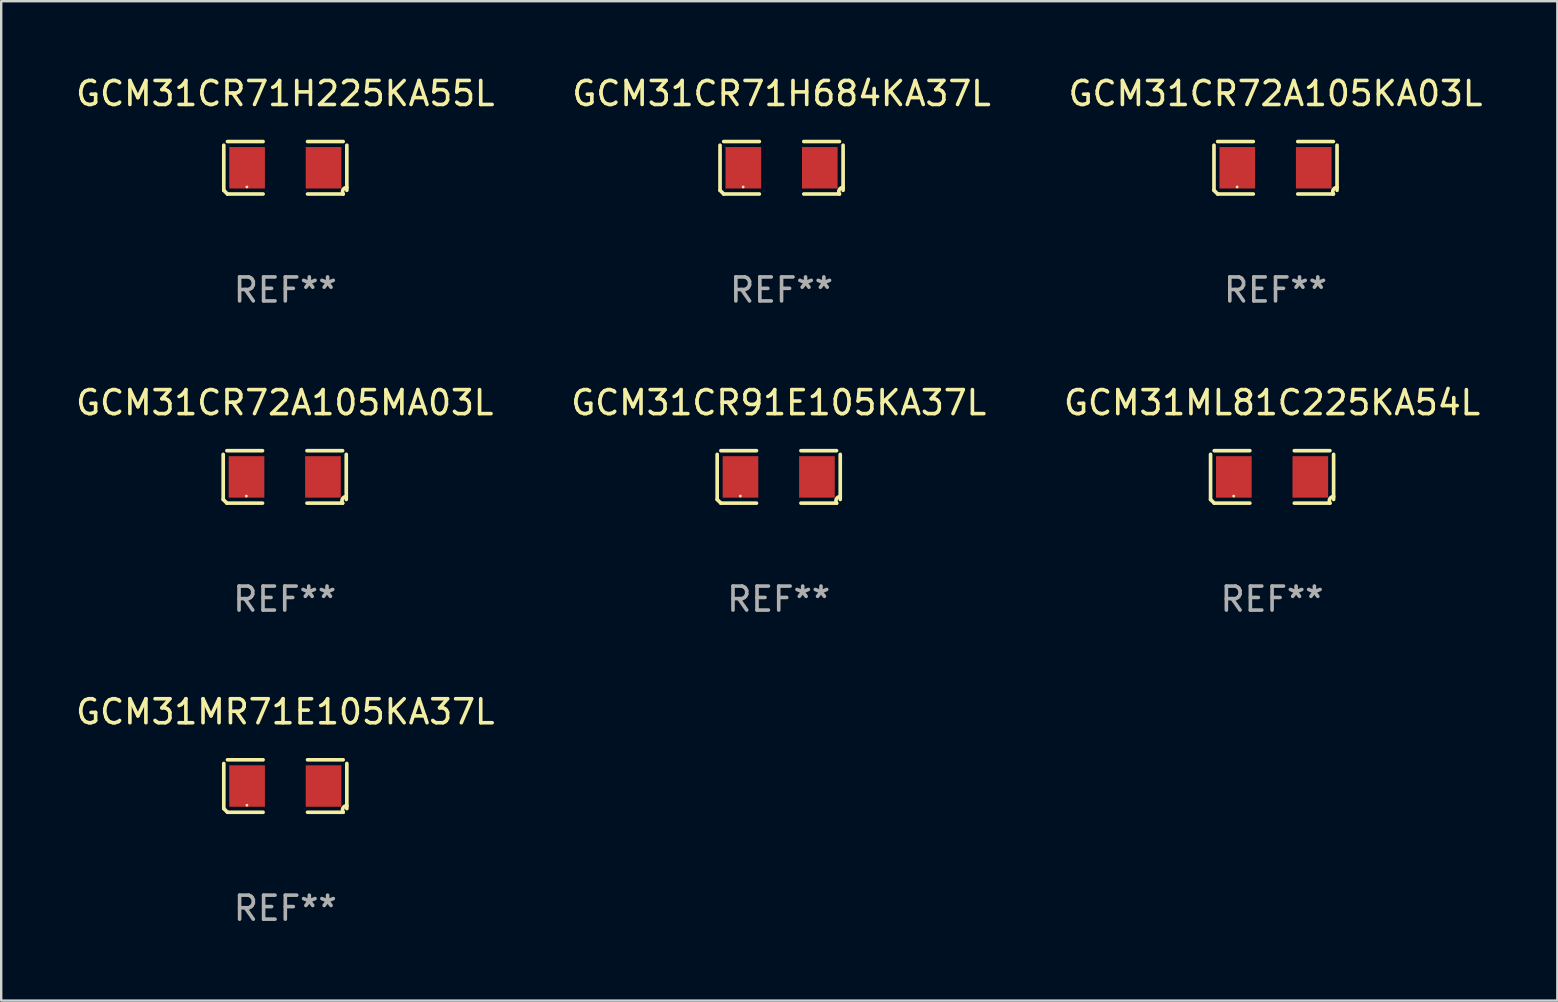
<source format=kicad_pcb>
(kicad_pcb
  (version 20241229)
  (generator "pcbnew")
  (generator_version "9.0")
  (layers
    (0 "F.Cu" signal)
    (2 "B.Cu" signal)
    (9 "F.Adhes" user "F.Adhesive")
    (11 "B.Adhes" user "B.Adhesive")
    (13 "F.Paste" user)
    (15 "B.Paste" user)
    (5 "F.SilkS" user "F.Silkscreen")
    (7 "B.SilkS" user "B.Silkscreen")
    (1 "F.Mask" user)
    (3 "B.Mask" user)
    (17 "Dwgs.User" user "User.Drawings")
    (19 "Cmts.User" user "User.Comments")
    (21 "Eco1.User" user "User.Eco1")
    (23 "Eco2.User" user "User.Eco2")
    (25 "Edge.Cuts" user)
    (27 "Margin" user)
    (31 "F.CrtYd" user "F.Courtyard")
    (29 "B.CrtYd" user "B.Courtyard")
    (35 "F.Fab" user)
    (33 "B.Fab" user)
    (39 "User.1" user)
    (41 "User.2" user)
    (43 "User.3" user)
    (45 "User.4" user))
  (footprint "GCM31CR71H684KA37L"
    (layer "F.Cu")
    (at 29.518 3.941)
    (property "Reference" "GCM31CR71H684KA37L" (at 0 -3.093 0) (layer "F.SilkS") (effects (font (size 1 1) (thickness 0.15))))
    (attr through_hole)
    (fp_line (start -2.564 0.94) (end -2.564 -0.94) (stroke (width 0.152) (type solid)) (layer "F.SilkS"))
    (fp_line (start -2.411 -1.093) (end -0.926 -1.093) (stroke (width 0.152) (type solid)) (layer "F.SilkS"))
    (fp_line (start -0.926 1.093) (end -2.411 1.093) (stroke (width 0.152) (type solid)) (layer "F.SilkS"))
    (fp_line (start 0.926 1.093) (end 2.411 1.093) (stroke (width 0.152) (type solid)) (layer "F.SilkS"))
    (fp_line (start 2.411 -1.093) (end 0.926 -1.093) (stroke (width 0.152) (type solid)) (layer "F.SilkS"))
    (fp_line (start 2.564 0.94) (end 2.564 -0.94) (stroke (width 0.152) (type solid)) (layer "F.SilkS"))
    (fp_arc (start -2.411201 1.092609) (mid -2.487413 1.01642) (end -2.563602 0.940208) (stroke (width 0.1524) (type solid)) (layer "F.SilkS"))
    (fp_arc (start 2.411201 1.092609) (mid 2.407159 0.911226) (end 2.563602 0.819347) (stroke (width 0.1524) (type solid)) (layer "F.SilkS"))
    (fp_circle (center -1.6 0.8) (end -1.57 0.8) (stroke (width 0.06) (type solid)) (fill no) (layer "F.SilkS"))
    (fp_text user "REF**" (at 0 5.093 0) (layer "F.Fab") (effects (font (size 1 1) (thickness 0.15))))
    (pad "1" smd rect (at -1.593 0) (size 1.485 1.728) (layers "F.Cu" "F.Mask" "F.Paste"))
    (pad "2" smd rect (at 1.593 0) (size 1.485 1.728) (layers "F.Cu" "F.Mask" "F.Paste")))
  (footprint "GCM31CR91E105KA37L"
    (layer "F.Cu")
    (at 29.399 16.823)
    (property "Reference" "GCM31CR91E105KA37L" (at 0 -3.093 0) (layer "F.SilkS") (effects (font (size 1 1) (thickness 0.15))))
    (attr through_hole)
    (fp_line (start -2.564 0.94) (end -2.564 -0.94) (stroke (width 0.152) (type solid)) (layer "F.SilkS"))
    (fp_line (start -2.411 -1.093) (end -0.926 -1.093) (stroke (width 0.152) (type solid)) (layer "F.SilkS"))
    (fp_line (start -0.926 1.093) (end -2.411 1.093) (stroke (width 0.152) (type solid)) (layer "F.SilkS"))
    (fp_line (start 0.926 1.093) (end 2.411 1.093) (stroke (width 0.152) (type solid)) (layer "F.SilkS"))
    (fp_line (start 2.411 -1.093) (end 0.926 -1.093) (stroke (width 0.152) (type solid)) (layer "F.SilkS"))
    (fp_line (start 2.564 0.94) (end 2.564 -0.94) (stroke (width 0.152) (type solid)) (layer "F.SilkS"))
    (fp_arc (start -2.411201 1.092609) (mid -2.487413 1.01642) (end -2.563602 0.940208) (stroke (width 0.1524) (type solid)) (layer "F.SilkS"))
    (fp_arc (start 2.411201 1.092609) (mid 2.407159 0.911226) (end 2.563602 0.819347) (stroke (width 0.1524) (type solid)) (layer "F.SilkS"))
    (fp_circle (center -1.6 0.8) (end -1.57 0.8) (stroke (width 0.06) (type solid)) (fill no) (layer "F.SilkS"))
    (fp_text user "REF**" (at 0 5.093 0) (layer "F.Fab") (effects (font (size 1 1) (thickness 0.15))))
    (pad "1" smd rect (at -1.593 0) (size 1.485 1.728) (layers "F.Cu" "F.Mask" "F.Paste"))
    (pad "2" smd rect (at 1.593 0) (size 1.485 1.728) (layers "F.Cu" "F.Mask" "F.Paste")))
  (footprint "GCM31CR72A105MA03L"
    (layer "F.Cu")
    (at 8.815 16.823)
    (property "Reference" "GCM31CR72A105MA03L" (at 0 -3.093 0) (layer "F.SilkS") (effects (font (size 1 1) (thickness 0.15))))
    (attr through_hole)
    (fp_line (start -2.564 0.94) (end -2.564 -0.94) (stroke (width 0.152) (type solid)) (layer "F.SilkS"))
    (fp_line (start -2.411 -1.093) (end -0.926 -1.093) (stroke (width 0.152) (type solid)) (layer "F.SilkS"))
    (fp_line (start -0.926 1.093) (end -2.411 1.093) (stroke (width 0.152) (type solid)) (layer "F.SilkS"))
    (fp_line (start 0.926 1.093) (end 2.411 1.093) (stroke (width 0.152) (type solid)) (layer "F.SilkS"))
    (fp_line (start 2.411 -1.093) (end 0.926 -1.093) (stroke (width 0.152) (type solid)) (layer "F.SilkS"))
    (fp_line (start 2.564 0.94) (end 2.564 -0.94) (stroke (width 0.152) (type solid)) (layer "F.SilkS"))
    (fp_arc (start -2.411201 1.092609) (mid -2.487413 1.01642) (end -2.563602 0.940208) (stroke (width 0.1524) (type solid)) (layer "F.SilkS"))
    (fp_arc (start 2.411201 1.092609) (mid 2.407159 0.911226) (end 2.563602 0.819347) (stroke (width 0.1524) (type solid)) (layer "F.SilkS"))
    (fp_circle (center -1.6 0.8) (end -1.57 0.8) (stroke (width 0.06) (type solid)) (fill no) (layer "F.SilkS"))
    (fp_text user "REF**" (at 0 5.093 0) (layer "F.Fab") (effects (font (size 1 1) (thickness 0.15))))
    (pad "1" smd rect (at -1.593 0) (size 1.485 1.728) (layers "F.Cu" "F.Mask" "F.Paste"))
    (pad "2" smd rect (at 1.593 0) (size 1.485 1.728) (layers "F.Cu" "F.Mask" "F.Paste")))
  (footprint "GCM31MR71E105KA37L"
    (layer "F.Cu")
    (at 8.839 29.704)
    (property "Reference" "GCM31MR71E105KA37L" (at 0 -3.093 0) (layer "F.SilkS") (effects (font (size 1 1) (thickness 0.15))))
    (attr through_hole)
    (fp_line (start -2.564 0.94) (end -2.564 -0.94) (stroke (width 0.152) (type solid)) (layer "F.SilkS"))
    (fp_line (start -2.411 -1.093) (end -0.926 -1.093) (stroke (width 0.152) (type solid)) (layer "F.SilkS"))
    (fp_line (start -0.926 1.093) (end -2.411 1.093) (stroke (width 0.152) (type solid)) (layer "F.SilkS"))
    (fp_line (start 0.926 1.093) (end 2.411 1.093) (stroke (width 0.152) (type solid)) (layer "F.SilkS"))
    (fp_line (start 2.411 -1.093) (end 0.926 -1.093) (stroke (width 0.152) (type solid)) (layer "F.SilkS"))
    (fp_line (start 2.564 0.94) (end 2.564 -0.94) (stroke (width 0.152) (type solid)) (layer "F.SilkS"))
    (fp_arc (start -2.411201 1.092609) (mid -2.487413 1.01642) (end -2.563602 0.940208) (stroke (width 0.1524) (type solid)) (layer "F.SilkS"))
    (fp_arc (start 2.411201 1.092609) (mid 2.407159 0.911226) (end 2.563602 0.819347) (stroke (width 0.1524) (type solid)) (layer "F.SilkS"))
    (fp_circle (center -1.6 0.8) (end -1.57 0.8) (stroke (width 0.06) (type solid)) (fill no) (layer "F.SilkS"))
    (fp_text user "REF**" (at 0 5.093 0) (layer "F.Fab") (effects (font (size 1 1) (thickness 0.15))))
    (pad "1" smd rect (at -1.593 0) (size 1.485 1.728) (layers "F.Cu" "F.Mask" "F.Paste"))
    (pad "2" smd rect (at 1.593 0) (size 1.485 1.728) (layers "F.Cu" "F.Mask" "F.Paste")))
  (footprint "GCM31ML81C225KA54L"
    (layer "F.Cu")
    (at 49.958 16.823)
    (property "Reference" "GCM31ML81C225KA54L" (at 0 -3.093 0) (layer "F.SilkS") (effects (font (size 1 1) (thickness 0.15))))
    (attr through_hole)
    (fp_line (start -2.564 0.94) (end -2.564 -0.94) (stroke (width 0.152) (type solid)) (layer "F.SilkS"))
    (fp_line (start -2.411 -1.093) (end -0.926 -1.093) (stroke (width 0.152) (type solid)) (layer "F.SilkS"))
    (fp_line (start -0.926 1.093) (end -2.411 1.093) (stroke (width 0.152) (type solid)) (layer "F.SilkS"))
    (fp_line (start 0.926 1.093) (end 2.411 1.093) (stroke (width 0.152) (type solid)) (layer "F.SilkS"))
    (fp_line (start 2.411 -1.093) (end 0.926 -1.093) (stroke (width 0.152) (type solid)) (layer "F.SilkS"))
    (fp_line (start 2.564 0.94) (end 2.564 -0.94) (stroke (width 0.152) (type solid)) (layer "F.SilkS"))
    (fp_arc (start -2.411201 1.092609) (mid -2.487413 1.01642) (end -2.563602 0.940208) (stroke (width 0.1524) (type solid)) (layer "F.SilkS"))
    (fp_arc (start 2.411201 1.092609) (mid 2.407159 0.911226) (end 2.563602 0.819347) (stroke (width 0.1524) (type solid)) (layer "F.SilkS"))
    (fp_circle (center -1.6 0.8) (end -1.57 0.8) (stroke (width 0.06) (type solid)) (fill no) (layer "F.SilkS"))
    (fp_text user "REF**" (at 0 5.093 0) (layer "F.Fab") (effects (font (size 1 1) (thickness 0.15))))
    (pad "1" smd rect (at -1.593 0) (size 1.485 1.728) (layers "F.Cu" "F.Mask" "F.Paste"))
    (pad "2" smd rect (at 1.593 0) (size 1.485 1.728) (layers "F.Cu" "F.Mask" "F.Paste")))
  (footprint "GCM31CR71H225KA55L"
    (layer "F.Cu")
    (at 8.839 3.941)
    (property "Reference" "GCM31CR71H225KA55L" (at 0 -3.093 0) (layer "F.SilkS") (effects (font (size 1 1) (thickness 0.15))))
    (attr through_hole)
    (fp_line (start -2.564 0.94) (end -2.564 -0.94) (stroke (width 0.152) (type solid)) (layer "F.SilkS"))
    (fp_line (start -2.411 -1.093) (end -0.926 -1.093) (stroke (width 0.152) (type solid)) (layer "F.SilkS"))
    (fp_line (start -0.926 1.093) (end -2.411 1.093) (stroke (width 0.152) (type solid)) (layer "F.SilkS"))
    (fp_line (start 0.926 1.093) (end 2.411 1.093) (stroke (width 0.152) (type solid)) (layer "F.SilkS"))
    (fp_line (start 2.411 -1.093) (end 0.926 -1.093) (stroke (width 0.152) (type solid)) (layer "F.SilkS"))
    (fp_line (start 2.564 0.94) (end 2.564 -0.94) (stroke (width 0.152) (type solid)) (layer "F.SilkS"))
    (fp_arc (start -2.411201 1.092609) (mid -2.487413 1.01642) (end -2.563602 0.940208) (stroke (width 0.1524) (type solid)) (layer "F.SilkS"))
    (fp_arc (start 2.411201 1.092609) (mid 2.407159 0.911226) (end 2.563602 0.819347) (stroke (width 0.1524) (type solid)) (layer "F.SilkS"))
    (fp_circle (center -1.6 0.8) (end -1.57 0.8) (stroke (width 0.06) (type solid)) (fill no) (layer "F.SilkS"))
    (fp_text user "REF**" (at 0 5.093 0) (layer "F.Fab") (effects (font (size 1 1) (thickness 0.15))))
    (pad "1" smd rect (at -1.593 0) (size 1.485 1.728) (layers "F.Cu" "F.Mask" "F.Paste"))
    (pad "2" smd rect (at 1.593 0) (size 1.485 1.728) (layers "F.Cu" "F.Mask" "F.Paste")))
  (footprint "GCM31CR72A105KA03L"
    (layer "F.Cu")
    (at 50.101 3.941)
    (property "Reference" "GCM31CR72A105KA03L" (at 0 -3.093 0) (layer "F.SilkS") (effects (font (size 1 1) (thickness 0.15))))
    (attr through_hole)
    (fp_line (start -2.564 0.94) (end -2.564 -0.94) (stroke (width 0.152) (type solid)) (layer "F.SilkS"))
    (fp_line (start -2.411 -1.093) (end -0.926 -1.093) (stroke (width 0.152) (type solid)) (layer "F.SilkS"))
    (fp_line (start -0.926 1.093) (end -2.411 1.093) (stroke (width 0.152) (type solid)) (layer "F.SilkS"))
    (fp_line (start 0.926 1.093) (end 2.411 1.093) (stroke (width 0.152) (type solid)) (layer "F.SilkS"))
    (fp_line (start 2.411 -1.093) (end 0.926 -1.093) (stroke (width 0.152) (type solid)) (layer "F.SilkS"))
    (fp_line (start 2.564 0.94) (end 2.564 -0.94) (stroke (width 0.152) (type solid)) (layer "F.SilkS"))
    (fp_arc (start -2.411201 1.092609) (mid -2.487413 1.01642) (end -2.563602 0.940208) (stroke (width 0.1524) (type solid)) (layer "F.SilkS"))
    (fp_arc (start 2.411201 1.092609) (mid 2.407159 0.911226) (end 2.563602 0.819347) (stroke (width 0.1524) (type solid)) (layer "F.SilkS"))
    (fp_circle (center -1.6 0.8) (end -1.57 0.8) (stroke (width 0.06) (type solid)) (fill no) (layer "F.SilkS"))
    (fp_text user "REF**" (at 0 5.093 0) (layer "F.Fab") (effects (font (size 1 1) (thickness 0.15))))
    (pad "1" smd rect (at -1.593 0) (size 1.485 1.728) (layers "F.Cu" "F.Mask" "F.Paste"))
    (pad "2" smd rect (at 1.593 0) (size 1.485 1.728) (layers "F.Cu" "F.Mask" "F.Paste")))
  (gr_rect
    (start -3 -3)
    (end 61.845 38.645)
    (stroke (width 0.1) (type default))
    (fill no)
    (layer "Edge.Cuts")))
</source>
